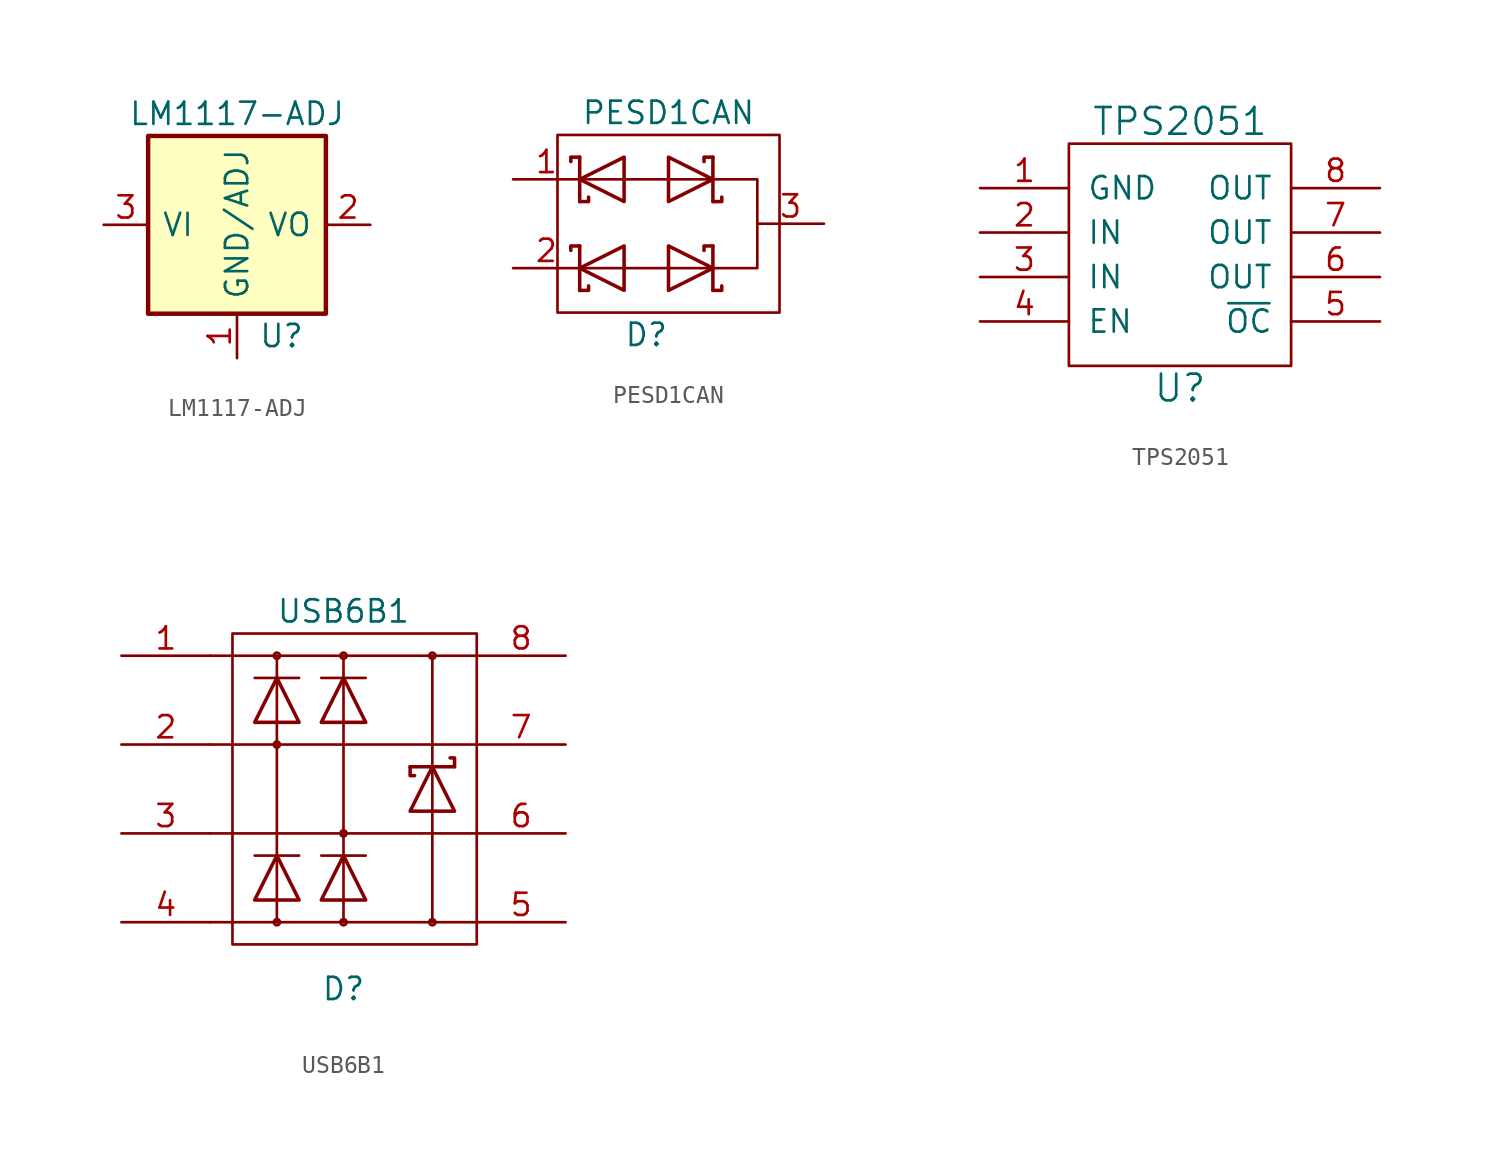
<source format=kicad_sym>
(kicad_symbol_lib
  (version 20220914)
  (generator kicad_symbol_editor)
  (symbol "LM1117-ADJ"
    (pin_names
      (offset 0.762))
    (property "Reference" "U"
      (at 2.54 -6.35 0)
      (effects (font (size 1.27 1.27))))
    (property "Value" "LM1117-ADJ"
      (at 0 6.35 0)
      (effects (font (size 1.27 1.27))))
    (property "Footprint" ""
      (at 0 0 0)
      (effects (font (size 1.27 1.27))))
    (property "Datasheet" ""
      (at 0 0 0)
      (effects (font (size 1.27 1.27))))
    (symbol "LM1117-ADJ_0_1"
      (rectangle (start -5.08 -5.08) (end 5.08 5.08) (stroke (width 0.254) (type solid)) (fill (type background))))
    (symbol "LM1117-ADJ_1_1"
      (pin power_in line (at 0 -7.62 90) (length 2.54) (name "GND/ADJ" (effects (font (size 1.27 1.27)))) (number "1" (effects (font (size 1.27 1.27)))))
      (pin power_out line (at 7.62 0 180) (length 2.54) (name "VO" (effects (font (size 1.27 1.27)))) (number "2" (effects (font (size 1.27 1.27)))))
      (pin power_in line (at -7.62 0 0) (length 2.54) (name "VI" (effects (font (size 1.27 1.27)))) (number "3" (effects (font (size 1.27 1.27)))))))
  (symbol "PESD1CAN"
    (pin_names
      (offset 0.762) hide)
    (property "Reference" "D"
      (at 0 -8.89 0)
      (effects (font (size 1.27 1.27))))
    (property "Value" "PESD1CAN"
      (at 1.27 3.81 0)
      (effects (font (size 1.27 1.27))))
    (property "Footprint" ""
      (at 0 0 0)
      (effects (font (size 1.27 1.27))))
    (property "Datasheet" ""
      (at 0 0 0)
      (effects (font (size 1.27 1.27))))
    (symbol "PESD1CAN_0_1"
      (rectangle (start -5.08 2.54) (end 7.62 -7.62) (stroke (width 0) (type solid)) (fill (type none)))
      (polyline (pts (xy -3.556 -5.08) (xy 3.81 -5.08)) (stroke (width 0) (type solid)) (fill (type none)))
      (polyline (pts (xy -3.556 0) (xy 3.81 0)) (stroke (width 0) (type solid)) (fill (type none)))
      (polyline (pts (xy -3.81 -3.81) (xy -3.81 -6.35) (xy -3.81 -6.35)) (stroke (width 0.203) (type solid)) (fill (type none)))
      (polyline (pts (xy -3.81 1.27) (xy -3.81 -1.27) (xy -3.81 -1.27)) (stroke (width 0.203) (type solid)) (fill (type none)))
      (polyline (pts (xy 3.81 -3.81) (xy 3.81 -6.35) (xy 3.81 -6.35)) (stroke (width 0.203) (type solid)) (fill (type none)))
      (polyline (pts (xy 3.81 1.27) (xy 3.81 -1.27) (xy 3.81 -1.27)) (stroke (width 0.203) (type solid)) (fill (type none)))
      (polyline (pts (xy -3.81 -3.81) (xy -4.318 -3.81) (xy -4.318 -4.064) (xy -4.318 -4.064)) (stroke (width 0.203) (type solid)) (fill (type none)))
      (polyline (pts (xy -3.81 1.27) (xy -4.318 1.27) (xy -4.318 1.016) (xy -4.318 1.016)) (stroke (width 0.203) (type solid)) (fill (type none)))
      (polyline (pts (xy 3.81 -6.35) (xy 4.318 -6.35) (xy 4.318 -6.096) (xy 4.318 -6.096)) (stroke (width 0.203) (type solid)) (fill (type none)))
      (polyline (pts (xy 3.81 -3.81) (xy 3.302 -3.81) (xy 3.302 -4.064) (xy 3.302 -4.064)) (stroke (width 0.203) (type solid)) (fill (type none)))
      (polyline (pts (xy 3.81 -1.27) (xy 4.318 -1.27) (xy 4.318 -1.016) (xy 4.318 -1.016)) (stroke (width 0.203) (type solid)) (fill (type none)))
      (polyline (pts (xy 3.81 0) (xy 6.35 0) (xy 6.35 -5.08) (xy 3.81 -5.08)) (stroke (width 0) (type solid)) (fill (type none)))
      (polyline (pts (xy 3.81 1.27) (xy 3.302 1.27) (xy 3.302 1.016) (xy 3.302 1.016)) (stroke (width 0.203) (type solid)) (fill (type none)))
      (polyline (pts (xy -3.302 -6.096) (xy -3.302 -6.35) (xy -3.81 -6.35) (xy -3.81 -6.35) (xy -3.81 -6.35)) (stroke (width 0.203) (type solid)) (fill (type none)))
      (polyline (pts (xy -3.302 -1.016) (xy -3.302 -1.27) (xy -3.81 -1.27) (xy -3.81 -1.27) (xy -3.81 -1.27)) (stroke (width 0.203) (type solid)) (fill (type none)))
      (polyline (pts (xy -1.27 -6.35) (xy -3.81 -5.08) (xy -1.27 -3.81) (xy -1.27 -6.35) (xy -1.27 -6.35) (xy -1.27 -6.35)) (stroke (width 0.203) (type solid)) (fill (type none)))
      (polyline (pts (xy -1.27 -1.27) (xy -3.81 0) (xy -1.27 1.27) (xy -1.27 -1.27) (xy -1.27 -1.27) (xy -1.27 -1.27)) (stroke (width 0.203) (type solid)) (fill (type none)))
      (polyline (pts (xy 1.27 -3.81) (xy 3.81 -5.08) (xy 1.27 -6.35) (xy 1.27 -3.81) (xy 1.27 -3.81) (xy 1.27 -3.81)) (stroke (width 0.203) (type solid)) (fill (type none)))
      (polyline (pts (xy 1.27 1.27) (xy 3.81 0) (xy 1.27 -1.27) (xy 1.27 1.27) (xy 1.27 1.27) (xy 1.27 1.27)) (stroke (width 0.203) (type solid)) (fill (type none)))
      (pin passive line (at -7.62 0 0) (length 3.81) (name "K" (effects (font (size 1.27 1.27)))) (number "1" (effects (font (size 1.27 1.27)))))
      (pin passive line (at -7.62 -5.08 0) (length 3.81) (name "K" (effects (font (size 1.27 1.27)))) (number "2" (effects (font (size 1.27 1.27)))))
      (pin passive line (at 10.16 -2.54 180) (length 3.81) (name "O" (effects (font (size 1.27 1.27)))) (number "3" (effects (font (size 1.27 1.27)))))))
  (symbol "TPS2051"
    (pin_names
      (offset 1.016))
    (property "Reference" "U"
      (at 0 -7.62 0)
      (effects (font (size 1.524 1.524))))
    (property "Value" "TPS2051"
      (at 0 7.62 0)
      (effects (font (size 1.524 1.524))))
    (symbol "TPS2051_0_1"
      (rectangle (start -6.35 6.35) (end 6.35 -6.35) (stroke (width 0) (type solid)) (fill (type none))))
    (symbol "TPS2051_1_1"
      (pin power_in line (at -11.43 3.81 0) (length 5.08) (name "GND" (effects (font (size 1.27 1.27)))) (number "1" (effects (font (size 1.27 1.27)))))
      (pin power_in line (at -11.43 1.27 0) (length 5.08) (name "IN" (effects (font (size 1.27 1.27)))) (number "2" (effects (font (size 1.27 1.27)))))
      (pin passive line (at -11.43 -1.27 0) (length 5.08) (name "IN" (effects (font (size 1.27 1.27)))) (number "3" (effects (font (size 1.27 1.27)))))
      (pin input line (at -11.43 -3.81 0) (length 5.08) (name "EN" (effects (font (size 1.27 1.27)))) (number "4" (effects (font (size 1.27 1.27)))))
      (pin output line (at 11.43 -3.81 180) (length 5.08) (name "~{OC}" (effects (font (size 1.27 1.27)))) (number "5" (effects (font (size 1.27 1.27)))))
      (pin passive line (at 11.43 -1.27 180) (length 5.08) (name "OUT" (effects (font (size 1.27 1.27)))) (number "6" (effects (font (size 1.27 1.27)))))
      (pin passive line (at 11.43 1.27 180) (length 5.08) (name "OUT" (effects (font (size 1.27 1.27)))) (number "7" (effects (font (size 1.27 1.27)))))
      (pin power_out line (at 11.43 3.81 180) (length 5.08) (name "OUT" (effects (font (size 1.27 1.27)))) (number "8" (effects (font (size 1.27 1.27)))))))
  (symbol "USB6B1"
    (pin_names
      (offset 0.762) hide)
    (property "Reference" "D"
      (at 0 -11.43 0)
      (effects (font (size 1.27 1.27))))
    (property "Value" "USB6B1"
      (at 0 10.16 0)
      (effects (font (size 1.27 1.27))))
    (property "Footprint" ""
      (at 5.08 -2.54 90)
      (effects (font (size 1.27 1.27))))
    (property "Datasheet" ""
      (at 5.08 -2.54 90)
      (effects (font (size 1.27 1.27))))
    (symbol "USB6B1_0_1"
      (rectangle (start -7.62 -2.54) (end 7.62 -2.54) (stroke (width 0) (type solid)) (fill (type none)))
      (rectangle (start -7.62 7.62) (end 7.62 7.62) (stroke (width 0) (type solid)) (fill (type none)))
      (rectangle (start -5.08 -3.81) (end -2.54 -3.81) (stroke (width 0) (type solid)) (fill (type none)))
      (rectangle (start -5.08 6.35) (end -2.54 6.35) (stroke (width 0) (type solid)) (fill (type none)))
      (circle (center -3.81 -7.62) (radius 0.178) (stroke (width 0) (type solid)) (fill (type none)))
      (circle (center -3.81 2.54) (radius 0.178) (stroke (width 0) (type solid)) (fill (type none)))
      (rectangle (start -3.81 7.62) (end -3.81 -7.62) (stroke (width 0) (type solid)) (fill (type none)))
      (circle (center -3.81 7.62) (radius 0.178) (stroke (width 0) (type solid)) (fill (type none)))
      (rectangle (start -1.27 -3.81) (end 1.27 -3.81) (stroke (width 0) (type solid)) (fill (type none)))
      (rectangle (start -1.27 6.35) (end 1.27 6.35) (stroke (width 0) (type solid)) (fill (type none)))
      (circle (center 0 -7.62) (radius 0.178) (stroke (width 0) (type solid)) (fill (type none)))
      (circle (center 0 -2.54) (radius 0.178) (stroke (width 0) (type solid)) (fill (type none)))
      (polyline (pts (xy 3.81 1.27) (xy 6.35 1.27) (xy 6.35 1.27)) (stroke (width 0.203) (type solid)) (fill (type none)))
      (polyline (pts (xy 3.81 1.27) (xy 3.81 0.762) (xy 4.064 0.762) (xy 4.064 0.762)) (stroke (width 0.203) (type solid)) (fill (type none)))
      (polyline (pts (xy 6.35 1.27) (xy 6.35 1.778) (xy 6.096 1.778) (xy 6.096 1.778)) (stroke (width 0.203) (type solid)) (fill (type none)))
      (polyline (pts (xy -6.35 8.89) (xy 7.62 8.89) (xy 7.62 -8.89) (xy -6.35 -8.89) (xy -6.35 8.89)) (stroke (width 0) (type solid)) (fill (type none)))
      (polyline (pts (xy -5.08 -6.35) (xy -3.81 -3.81) (xy -2.54 -6.35) (xy -5.08 -6.35) (xy -5.08 -6.35) (xy -5.08 -6.35)) (stroke (width 0.203) (type solid)) (fill (type none)))
      (polyline (pts (xy -5.08 3.81) (xy -3.81 6.35) (xy -2.54 3.81) (xy -5.08 3.81) (xy -5.08 3.81) (xy -5.08 3.81)) (stroke (width 0.203) (type solid)) (fill (type none)))
      (polyline (pts (xy -1.27 -6.35) (xy 0 -3.81) (xy 1.27 -6.35) (xy -1.27 -6.35) (xy -1.27 -6.35) (xy -1.27 -6.35)) (stroke (width 0.203) (type solid)) (fill (type none)))
      (polyline (pts (xy -1.27 3.81) (xy 0 6.35) (xy 1.27 3.81) (xy -1.27 3.81) (xy -1.27 3.81) (xy -1.27 3.81)) (stroke (width 0.203) (type solid)) (fill (type none)))
      (polyline (pts (xy 3.81 -1.27) (xy 5.08 1.27) (xy 6.35 -1.27) (xy 3.81 -1.27) (xy 3.81 -1.27) (xy 3.81 -1.27)) (stroke (width 0.203) (type solid)) (fill (type none)))
      (rectangle (start 0 7.62) (end 0 -7.62) (stroke (width 0) (type solid)) (fill (type none)))
      (circle (center 0 7.62) (radius 0.178) (stroke (width 0) (type solid)) (fill (type none)))
      (circle (center 5.08 -7.62) (radius 0.178) (stroke (width 0) (type solid)) (fill (type none)))
      (rectangle (start 5.08 7.62) (end 5.08 -7.62) (stroke (width 0) (type solid)) (fill (type none)))
      (circle (center 5.08 7.62) (radius 0.178) (stroke (width 0) (type solid)) (fill (type none)))
      (rectangle (start 7.62 -7.62) (end -7.62 -7.62) (stroke (width 0) (type solid)) (fill (type none)))
      (rectangle (start 7.62 2.54) (end -7.62 2.54) (stroke (width 0) (type solid)) (fill (type none))))
    (symbol "USB6B1_1_1"
      (pin passive line (at -12.7 7.62 0) (length 5.08) (name "VCC" (effects (font (size 1.27 1.27)))) (number "1" (effects (font (size 1.27 1.27)))))
      (pin passive line (at -12.7 2.54 0) (length 5.08) (name "I/O1" (effects (font (size 1.27 1.27)))) (number "2" (effects (font (size 1.27 1.27)))))
      (pin passive line (at -12.7 -2.54 0) (length 5.08) (name "I/O2" (effects (font (size 1.27 1.27)))) (number "3" (effects (font (size 1.27 1.27)))))
      (pin passive line (at -12.7 -7.62 0) (length 5.08) (name "GND" (effects (font (size 1.27 1.27)))) (number "4" (effects (font (size 1.27 1.27)))))
      (pin passive line (at 12.7 -7.62 180) (length 5.08) (name "GND" (effects (font (size 1.27 1.27)))) (number "5" (effects (font (size 1.27 1.27)))))
      (pin passive line (at 12.7 -2.54 180) (length 5.08) (name "I/O2" (effects (font (size 1.27 1.27)))) (number "6" (effects (font (size 1.27 1.27)))))
      (pin passive line (at 12.7 2.54 180) (length 5.08) (name "I/O1" (effects (font (size 1.27 1.27)))) (number "7" (effects (font (size 1.27 1.27)))))
      (pin passive line (at 12.7 7.62 180) (length 5.08) (name "VCC" (effects (font (size 1.27 1.27)))) (number "8" (effects (font (size 1.27 1.27))))))))
</source>
